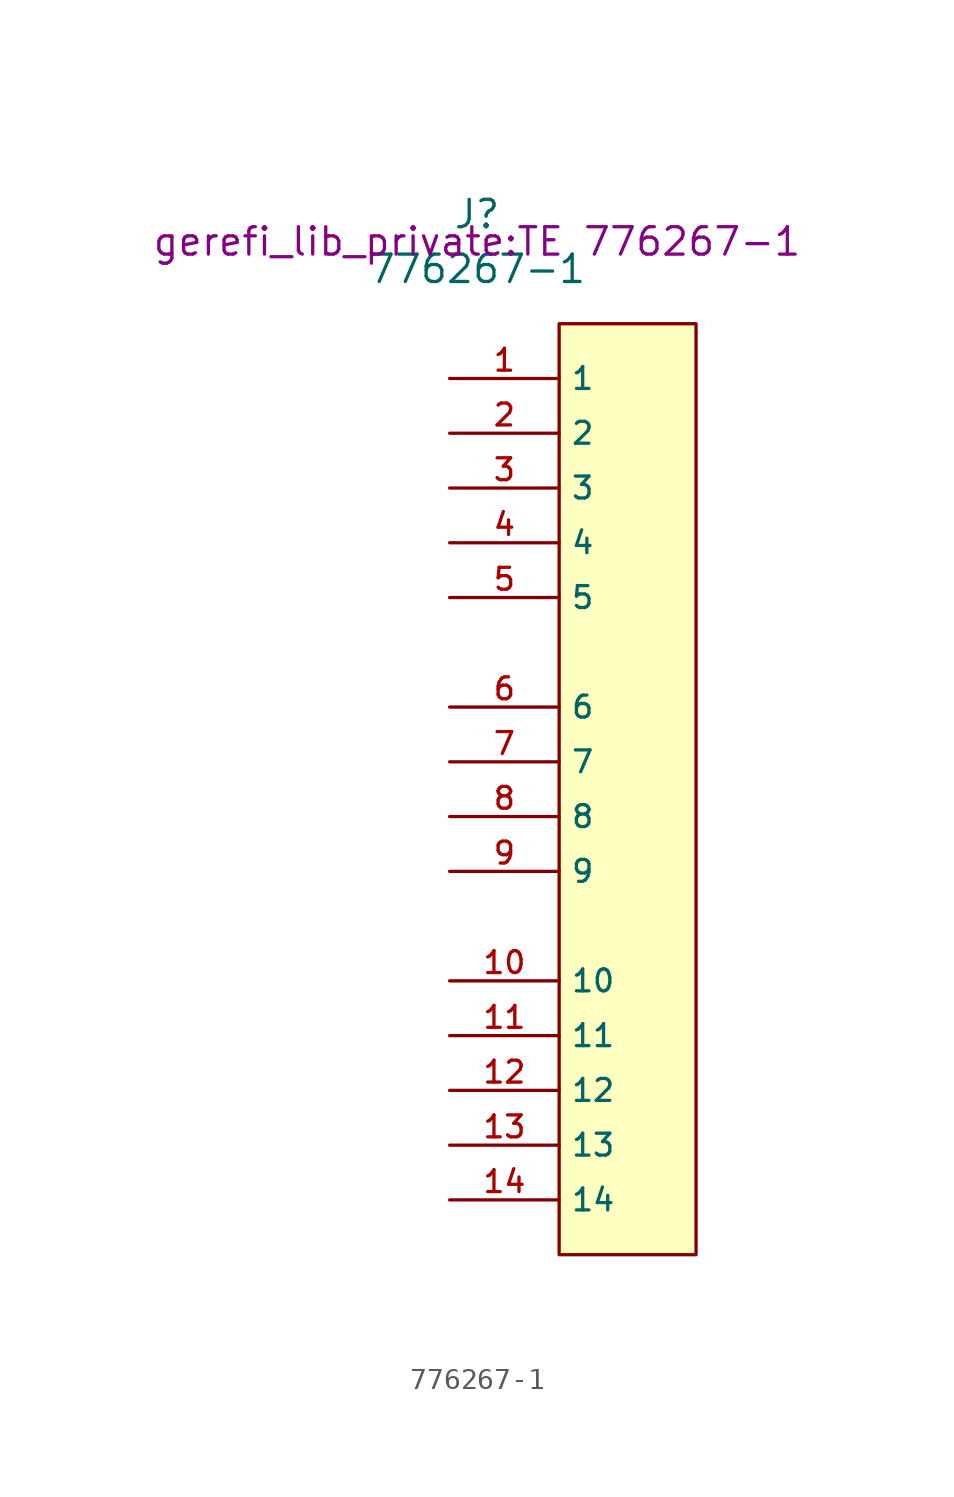
<source format=kicad_sym>
(kicad_symbol_lib
  (version 20211014)
  (generator kicad_symbol_editor)
  (symbol "776267-1"
    (property "Reference" "J"
      (at 1.27 7.62 0)
      (effects (font (size 1.27 1.27))))
    (property "Value" "776267-1"
      (at 1.27 5.08 0)
      (effects (font (size 1.27 1.27))))
    (property "Footprint" "gerefi_lib_private:TE 776267-1"
      (at 1.27 6.35 0)
      (effects (font (size 1.27 1.27))))
    (symbol "776267-1_1_0"
      (pin passive line (at 0 0 0) (length 5.08) (name "1" (effects (font (size 1.016 1.016)))) (number "1" (effects (font (size 1.016 1.016)))))
      (pin passive line (at 0 -27.94 0) (length 5.08) (name "10" (effects (font (size 1.016 1.016)))) (number "10" (effects (font (size 1.016 1.016)))))
      (pin passive line (at 0 -30.48 0) (length 5.08) (name "11" (effects (font (size 1.016 1.016)))) (number "11" (effects (font (size 1.016 1.016)))))
      (pin passive line (at 0 -33.02 0) (length 5.08) (name "12" (effects (font (size 1.016 1.016)))) (number "12" (effects (font (size 1.016 1.016)))))
      (pin passive line (at 0 -35.56 0) (length 5.08) (name "13" (effects (font (size 1.016 1.016)))) (number "13" (effects (font (size 1.016 1.016)))))
      (pin passive line (at 0 -38.1 0) (length 5.08) (name "14" (effects (font (size 1.016 1.016)))) (number "14" (effects (font (size 1.016 1.016)))))
      (pin passive line (at 0 -2.54 0) (length 5.08) (name "2" (effects (font (size 1.016 1.016)))) (number "2" (effects (font (size 1.016 1.016)))))
      (pin passive line (at 0 -5.08 0) (length 5.08) (name "3" (effects (font (size 1.016 1.016)))) (number "3" (effects (font (size 1.016 1.016)))))
      (pin passive line (at 0 -7.62 0) (length 5.08) (name "4" (effects (font (size 1.016 1.016)))) (number "4" (effects (font (size 1.016 1.016)))))
      (pin passive line (at 0 -10.16 0) (length 5.08) (name "5" (effects (font (size 1.016 1.016)))) (number "5" (effects (font (size 1.016 1.016)))))
      (pin passive line (at 0 -15.24 0) (length 5.08) (name "6" (effects (font (size 1.016 1.016)))) (number "6" (effects (font (size 1.016 1.016)))))
      (pin passive line (at 0 -17.78 0) (length 5.08) (name "7" (effects (font (size 1.016 1.016)))) (number "7" (effects (font (size 1.016 1.016)))))
      (pin passive line (at 0 -20.32 0) (length 5.08) (name "8" (effects (font (size 1.016 1.016)))) (number "8" (effects (font (size 1.016 1.016)))))
      (pin passive line (at 0 -22.86 0) (length 5.08) (name "9" (effects (font (size 1.016 1.016)))) (number "9" (effects (font (size 1.016 1.016))))))
    (symbol "776267-1_1_1"
      (rectangle (start 5.08 2.54) (end 11.43 -40.64) (stroke (width 0) (type default) (color 0 0 0 0)) (fill (type background))))))
</source>
